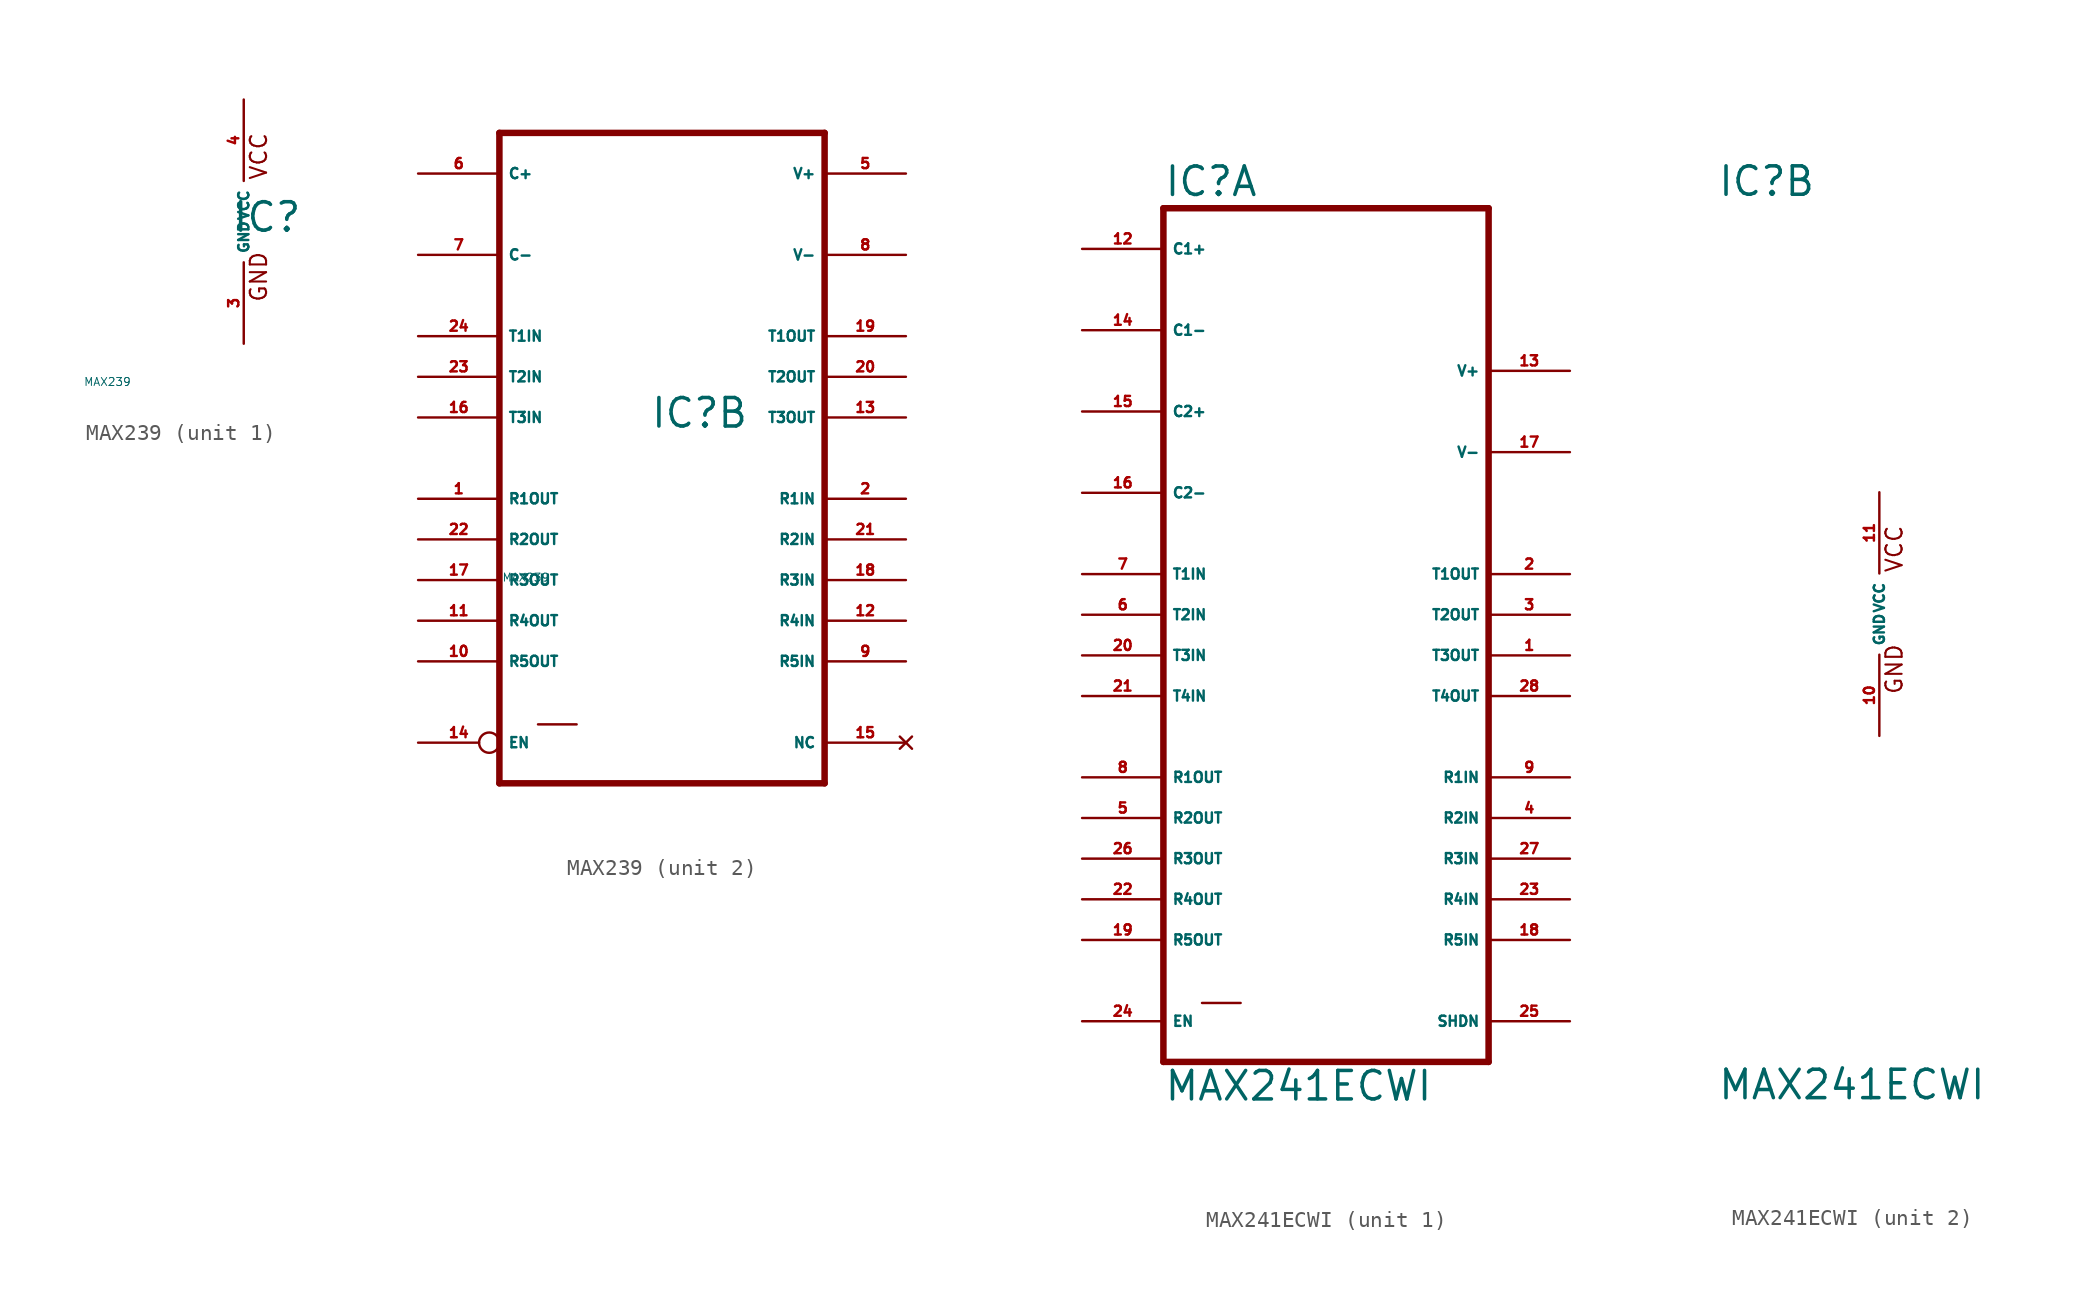
<source format=kicad_sym>
(kicad_symbol_lib
  (version 20220914)
  (generator Eagle2Kicad)
  (symbol "MAX239"
    (property "Reference" "IC"
      (at -0.762 -0.762 0)
      (effects (font (size 1.778 1.778) (thickness 0.22)) (justify left bottom)))
    (property "Value" "MAX239"
      (at -10 -10 0)
      (effects (font (size 0.5 0.5) (thickness 0.06)) (justify left)))
    (symbol "MAX239_1_0"
      (text "GND" (at 1.524 -5.08 900) (effects (font (size 1.016 1.016) (thickness 0.13)) (justify left bottom)))
      (text "VCC" (at 1.524 2.54 900) (effects (font (size 1.016 1.016) (thickness 0.13)) (justify left bottom)))
      (pin unspecified line (at 0 7.62 270) (length 5.08) (name "VCC" (effects (font (size 0.635 0.635) (thickness 0.08)) (justify left bottom))) (number "4" (effects (font (size 0.635 0.635) (thickness 0.08)) (justify left bottom))))
      (pin unspecified line (at 0 -7.62 90) (length 5.08) (name "GND" (effects (font (size 0.635 0.635) (thickness 0.08)) (justify left bottom))) (number "3" (effects (font (size 0.635 0.635) (thickness 0.08)) (justify left bottom)))))
    (symbol "MAX239_2_0"
      (polyline (pts (xy -10.16 17.78) (xy 10.16 17.78)) (stroke (width 0.406) (type default)) (fill (type none)))
      (polyline (pts (xy 10.16 -22.86) (xy 10.16 17.78)) (stroke (width 0.406) (type default)) (fill (type none)))
      (polyline (pts (xy 10.16 -22.86) (xy -10.16 -22.86)) (stroke (width 0.406) (type default)) (fill (type none)))
      (polyline (pts (xy -10.16 17.78) (xy -10.16 -22.86)) (stroke (width 0.406) (type default)) (fill (type none)))
      (polyline (pts (xy -7.747 -19.177) (xy -5.334 -19.177)) (stroke (width 0.152) (type default)) (fill (type none)))
      (pin output line (at -15.24 -12.7 0) (length 5.08) (name "R4OUT" (effects (font (size 0.635 0.635) (thickness 0.08)) (justify left bottom))) (number "11" (effects (font (size 0.635 0.635) (thickness 0.08)) (justify left bottom))))
      (pin bidirectional line (at -15.24 10.16 0) (length 5.08) (name "C-" (effects (font (size 0.635 0.635) (thickness 0.08)) (justify left bottom))) (number "7" (effects (font (size 0.635 0.635) (thickness 0.08)) (justify left bottom))))
      (pin output line (at -15.24 -5.08 0) (length 5.08) (name "R1OUT" (effects (font (size 0.635 0.635) (thickness 0.08)) (justify left bottom))) (number "1" (effects (font (size 0.635 0.635) (thickness 0.08)) (justify left bottom))))
      (pin output line (at -15.24 -7.62 0) (length 5.08) (name "R2OUT" (effects (font (size 0.635 0.635) (thickness 0.08)) (justify left bottom))) (number "22" (effects (font (size 0.635 0.635) (thickness 0.08)) (justify left bottom))))
      (pin input line (at -15.24 5.08 0) (length 5.08) (name "T1IN" (effects (font (size 0.635 0.635) (thickness 0.08)) (justify left bottom))) (number "24" (effects (font (size 0.635 0.635) (thickness 0.08)) (justify left bottom))))
      (pin input line (at -15.24 2.54 0) (length 5.08) (name "T2IN" (effects (font (size 0.635 0.635) (thickness 0.08)) (justify left bottom))) (number "23" (effects (font (size 0.635 0.635) (thickness 0.08)) (justify left bottom))))
      (pin input line (at -15.24 0 0) (length 5.08) (name "T3IN" (effects (font (size 0.635 0.635) (thickness 0.08)) (justify left bottom))) (number "16" (effects (font (size 0.635 0.635) (thickness 0.08)) (justify left bottom))))
      (pin output line (at -15.24 -15.24 0) (length 5.08) (name "R5OUT" (effects (font (size 0.635 0.635) (thickness 0.08)) (justify left bottom))) (number "10" (effects (font (size 0.635 0.635) (thickness 0.08)) (justify left bottom))))
      (pin input line (at 15.24 -10.16 180) (length 5.08) (name "R3IN" (effects (font (size 0.635 0.635) (thickness 0.08)) (justify left bottom))) (number "18" (effects (font (size 0.635 0.635) (thickness 0.08)) (justify left bottom))))
      (pin output line (at 15.24 5.08 180) (length 5.08) (name "T1OUT" (effects (font (size 0.635 0.635) (thickness 0.08)) (justify left bottom))) (number "19" (effects (font (size 0.635 0.635) (thickness 0.08)) (justify left bottom))))
      (pin output line (at 15.24 2.54 180) (length 5.08) (name "T2OUT" (effects (font (size 0.635 0.635) (thickness 0.08)) (justify left bottom))) (number "20" (effects (font (size 0.635 0.635) (thickness 0.08)) (justify left bottom))))
      (pin output line (at 15.24 0 180) (length 5.08) (name "T3OUT" (effects (font (size 0.635 0.635) (thickness 0.08)) (justify left bottom))) (number "13" (effects (font (size 0.635 0.635) (thickness 0.08)) (justify left bottom))))
      (pin input line (at 15.24 -15.24 180) (length 5.08) (name "R5IN" (effects (font (size 0.635 0.635) (thickness 0.08)) (justify left bottom))) (number "9" (effects (font (size 0.635 0.635) (thickness 0.08)) (justify left bottom))))
      (pin bidirectional line (at -15.24 15.24 0) (length 5.08) (name "C+" (effects (font (size 0.635 0.635) (thickness 0.08)) (justify left bottom))) (number "6" (effects (font (size 0.635 0.635) (thickness 0.08)) (justify left bottom))))
      (pin output line (at -15.24 -10.16 0) (length 5.08) (name "R3OUT" (effects (font (size 0.635 0.635) (thickness 0.08)) (justify left bottom))) (number "17" (effects (font (size 0.635 0.635) (thickness 0.08)) (justify left bottom))))
      (pin input line (at 15.24 -7.62 180) (length 5.08) (name "R2IN" (effects (font (size 0.635 0.635) (thickness 0.08)) (justify left bottom))) (number "21" (effects (font (size 0.635 0.635) (thickness 0.08)) (justify left bottom))))
      (pin input line (at 15.24 -5.08 180) (length 5.08) (name "R1IN" (effects (font (size 0.635 0.635) (thickness 0.08)) (justify left bottom))) (number "2" (effects (font (size 0.635 0.635) (thickness 0.08)) (justify left bottom))))
      (pin input line (at 15.24 -12.7 180) (length 5.08) (name "R4IN" (effects (font (size 0.635 0.635) (thickness 0.08)) (justify left bottom))) (number "12" (effects (font (size 0.635 0.635) (thickness 0.08)) (justify left bottom))))
      (pin bidirectional line (at 15.24 10.16 180) (length 5.08) (name "V-" (effects (font (size 0.635 0.635) (thickness 0.08)) (justify left bottom))) (number "8" (effects (font (size 0.635 0.635) (thickness 0.08)) (justify left bottom))))
      (pin passive inverted (at -15.24 -20.32 0) (length 5.08) (name "EN" (effects (font (size 0.635 0.635) (thickness 0.08)) (justify left bottom))) (number "14" (effects (font (size 0.635 0.635) (thickness 0.08)) (justify left bottom))))
      (pin no_connect line (at 15.24 -20.32 180) (length 5.08) (name "NC" (effects (font (size 0.635 0.635) (thickness 0.08)) (justify left bottom) hide)) (number "15" (effects (font (size 0.635 0.635) (thickness 0.08)) (justify left bottom) hide)))
      (pin passive line (at 15.24 15.24 180) (length 5.08) (name "V+" (effects (font (size 0.635 0.635) (thickness 0.08)) (justify left bottom))) (number "5" (effects (font (size 0.635 0.635) (thickness 0.08)) (justify left bottom))))))
  (symbol "MAX241ECWI"
    (property "Reference" "IC"
      (at -10.16 26.035 0)
      (effects (font (size 1.778 1.778) (thickness 0.22)) (justify left bottom)))
    (property "Value" "MAX241ECWI"
      (at -10.16 -30.48 0)
      (effects (font (size 1.778 1.778) (thickness 0.22)) (justify left bottom)))
    (symbol "MAX241ECWI_1_0"
      (polyline (pts (xy -10.16 25.4) (xy 10.16 25.4)) (stroke (width 0.406) (type default)) (fill (type none)))
      (polyline (pts (xy 10.16 -27.94) (xy 10.16 25.4)) (stroke (width 0.406) (type default)) (fill (type none)))
      (polyline (pts (xy 10.16 -27.94) (xy -10.16 -27.94)) (stroke (width 0.406) (type default)) (fill (type none)))
      (polyline (pts (xy -10.16 25.4) (xy -10.16 -27.94)) (stroke (width 0.406) (type default)) (fill (type none)))
      (polyline (pts (xy -7.747 -24.257) (xy -5.334 -24.257)) (stroke (width 0.152) (type default)) (fill (type none)))
      (pin output line (at -15.24 -17.78 0) (length 5.08) (name "R4OUT" (effects (font (size 0.635 0.635) (thickness 0.08)) (justify left bottom))) (number "22" (effects (font (size 0.635 0.635) (thickness 0.08)) (justify left bottom))))
      (pin passive line (at -15.24 17.78 0) (length 5.08) (name "C1-" (effects (font (size 0.635 0.635) (thickness 0.08)) (justify left bottom))) (number "14" (effects (font (size 0.635 0.635) (thickness 0.08)) (justify left bottom))))
      (pin output line (at -15.24 -10.16 0) (length 5.08) (name "R1OUT" (effects (font (size 0.635 0.635) (thickness 0.08)) (justify left bottom))) (number "8" (effects (font (size 0.635 0.635) (thickness 0.08)) (justify left bottom))))
      (pin output line (at -15.24 -12.7 0) (length 5.08) (name "R2OUT" (effects (font (size 0.635 0.635) (thickness 0.08)) (justify left bottom))) (number "5" (effects (font (size 0.635 0.635) (thickness 0.08)) (justify left bottom))))
      (pin input line (at -15.24 2.54 0) (length 5.08) (name "T1IN" (effects (font (size 0.635 0.635) (thickness 0.08)) (justify left bottom))) (number "7" (effects (font (size 0.635 0.635) (thickness 0.08)) (justify left bottom))))
      (pin input line (at -15.24 0 0) (length 5.08) (name "T2IN" (effects (font (size 0.635 0.635) (thickness 0.08)) (justify left bottom))) (number "6" (effects (font (size 0.635 0.635) (thickness 0.08)) (justify left bottom))))
      (pin input line (at -15.24 -2.54 0) (length 5.08) (name "T3IN" (effects (font (size 0.635 0.635) (thickness 0.08)) (justify left bottom))) (number "20" (effects (font (size 0.635 0.635) (thickness 0.08)) (justify left bottom))))
      (pin output line (at -15.24 -20.32 0) (length 5.08) (name "R5OUT" (effects (font (size 0.635 0.635) (thickness 0.08)) (justify left bottom))) (number "19" (effects (font (size 0.635 0.635) (thickness 0.08)) (justify left bottom))))
      (pin input line (at 15.24 -15.24 180) (length 5.08) (name "R3IN" (effects (font (size 0.635 0.635) (thickness 0.08)) (justify left bottom))) (number "27" (effects (font (size 0.635 0.635) (thickness 0.08)) (justify left bottom))))
      (pin output line (at 15.24 2.54 180) (length 5.08) (name "T1OUT" (effects (font (size 0.635 0.635) (thickness 0.08)) (justify left bottom))) (number "2" (effects (font (size 0.635 0.635) (thickness 0.08)) (justify left bottom))))
      (pin output line (at 15.24 0 180) (length 5.08) (name "T2OUT" (effects (font (size 0.635 0.635) (thickness 0.08)) (justify left bottom))) (number "3" (effects (font (size 0.635 0.635) (thickness 0.08)) (justify left bottom))))
      (pin output line (at 15.24 -2.54 180) (length 5.08) (name "T3OUT" (effects (font (size 0.635 0.635) (thickness 0.08)) (justify left bottom))) (number "1" (effects (font (size 0.635 0.635) (thickness 0.08)) (justify left bottom))))
      (pin input line (at 15.24 -20.32 180) (length 5.08) (name "R5IN" (effects (font (size 0.635 0.635) (thickness 0.08)) (justify left bottom))) (number "18" (effects (font (size 0.635 0.635) (thickness 0.08)) (justify left bottom))))
      (pin passive line (at -15.24 22.86 0) (length 5.08) (name "C1+" (effects (font (size 0.635 0.635) (thickness 0.08)) (justify left bottom))) (number "12" (effects (font (size 0.635 0.635) (thickness 0.08)) (justify left bottom))))
      (pin output line (at -15.24 -15.24 0) (length 5.08) (name "R3OUT" (effects (font (size 0.635 0.635) (thickness 0.08)) (justify left bottom))) (number "26" (effects (font (size 0.635 0.635) (thickness 0.08)) (justify left bottom))))
      (pin input line (at 15.24 -12.7 180) (length 5.08) (name "R2IN" (effects (font (size 0.635 0.635) (thickness 0.08)) (justify left bottom))) (number "4" (effects (font (size 0.635 0.635) (thickness 0.08)) (justify left bottom))))
      (pin input line (at 15.24 -10.16 180) (length 5.08) (name "R1IN" (effects (font (size 0.635 0.635) (thickness 0.08)) (justify left bottom))) (number "9" (effects (font (size 0.635 0.635) (thickness 0.08)) (justify left bottom))))
      (pin input line (at 15.24 -17.78 180) (length 5.08) (name "R4IN" (effects (font (size 0.635 0.635) (thickness 0.08)) (justify left bottom))) (number "23" (effects (font (size 0.635 0.635) (thickness 0.08)) (justify left bottom))))
      (pin passive line (at 15.24 10.16 180) (length 5.08) (name "V-" (effects (font (size 0.635 0.635) (thickness 0.08)) (justify left bottom))) (number "17" (effects (font (size 0.635 0.635) (thickness 0.08)) (justify left bottom))))
      (pin input line (at -15.24 -25.4 0) (length 5.08) (name "EN" (effects (font (size 0.635 0.635) (thickness 0.08)) (justify left bottom))) (number "24" (effects (font (size 0.635 0.635) (thickness 0.08)) (justify left bottom))))
      (pin input line (at 15.24 -25.4 180) (length 5.08) (name "SHDN" (effects (font (size 0.635 0.635) (thickness 0.08)) (justify left bottom))) (number "25" (effects (font (size 0.635 0.635) (thickness 0.08)) (justify left bottom))))
      (pin passive line (at 15.24 15.24 180) (length 5.08) (name "V+" (effects (font (size 0.635 0.635) (thickness 0.08)) (justify left bottom))) (number "13" (effects (font (size 0.635 0.635) (thickness 0.08)) (justify left bottom))))
      (pin input line (at -15.24 -5.08 0) (length 5.08) (name "T4IN" (effects (font (size 0.635 0.635) (thickness 0.08)) (justify left bottom))) (number "21" (effects (font (size 0.635 0.635) (thickness 0.08)) (justify left bottom))))
      (pin output line (at 15.24 -5.08 180) (length 5.08) (name "T4OUT" (effects (font (size 0.635 0.635) (thickness 0.08)) (justify left bottom))) (number "28" (effects (font (size 0.635 0.635) (thickness 0.08)) (justify left bottom))))
      (pin passive line (at -15.24 12.7 0) (length 5.08) (name "C2+" (effects (font (size 0.635 0.635) (thickness 0.08)) (justify left bottom))) (number "15" (effects (font (size 0.635 0.635) (thickness 0.08)) (justify left bottom))))
      (pin passive line (at -15.24 7.62 0) (length 5.08) (name "C2-" (effects (font (size 0.635 0.635) (thickness 0.08)) (justify left bottom))) (number "16" (effects (font (size 0.635 0.635) (thickness 0.08)) (justify left bottom)))))
    (symbol "MAX241ECWI_2_0"
      (text "GND" (at 1.524 -5.08 900) (effects (font (size 1.016 1.016) (thickness 0.13)) (justify left bottom)))
      (text "VCC" (at 1.524 2.54 900) (effects (font (size 1.016 1.016) (thickness 0.13)) (justify left bottom)))
      (pin unspecified line (at 0 7.62 270) (length 5.08) (name "VCC" (effects (font (size 0.635 0.635) (thickness 0.08)) (justify left bottom))) (number "11" (effects (font (size 0.635 0.635) (thickness 0.08)) (justify left bottom))))
      (pin unspecified line (at 0 -7.62 90) (length 5.08) (name "GND" (effects (font (size 0.635 0.635) (thickness 0.08)) (justify left bottom))) (number "10" (effects (font (size 0.635 0.635) (thickness 0.08)) (justify left bottom)))))))
</source>
